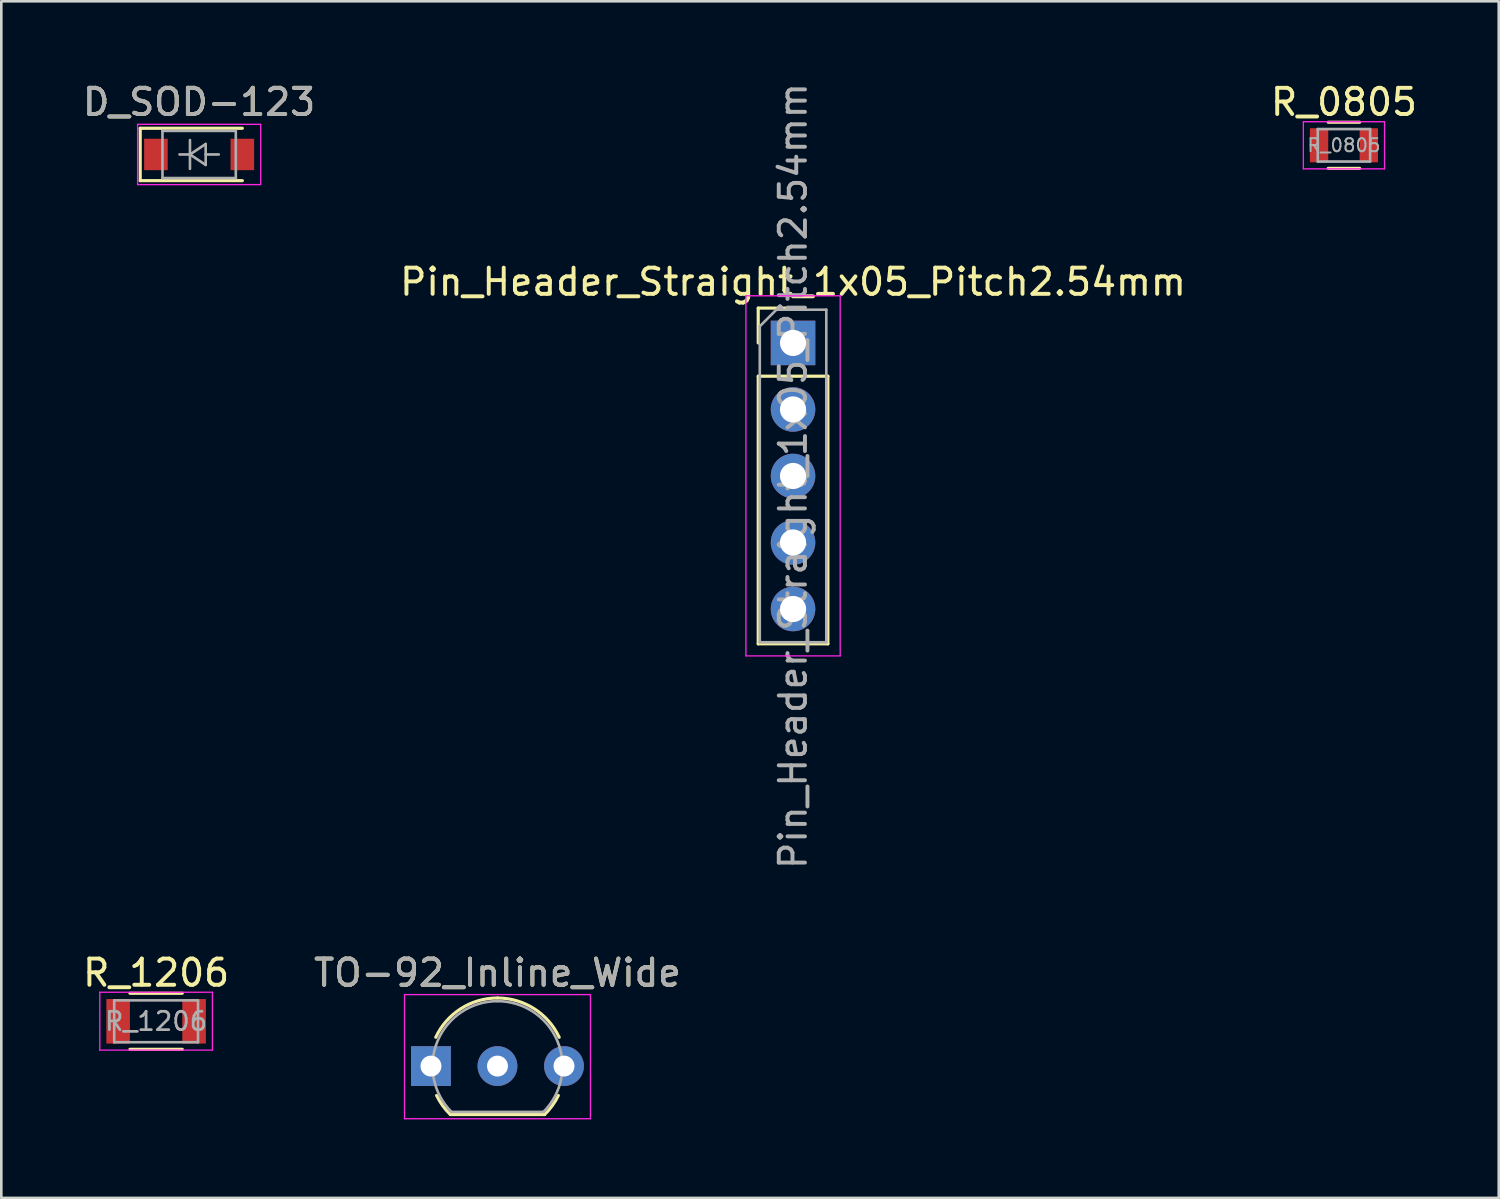
<source format=kicad_pcb>
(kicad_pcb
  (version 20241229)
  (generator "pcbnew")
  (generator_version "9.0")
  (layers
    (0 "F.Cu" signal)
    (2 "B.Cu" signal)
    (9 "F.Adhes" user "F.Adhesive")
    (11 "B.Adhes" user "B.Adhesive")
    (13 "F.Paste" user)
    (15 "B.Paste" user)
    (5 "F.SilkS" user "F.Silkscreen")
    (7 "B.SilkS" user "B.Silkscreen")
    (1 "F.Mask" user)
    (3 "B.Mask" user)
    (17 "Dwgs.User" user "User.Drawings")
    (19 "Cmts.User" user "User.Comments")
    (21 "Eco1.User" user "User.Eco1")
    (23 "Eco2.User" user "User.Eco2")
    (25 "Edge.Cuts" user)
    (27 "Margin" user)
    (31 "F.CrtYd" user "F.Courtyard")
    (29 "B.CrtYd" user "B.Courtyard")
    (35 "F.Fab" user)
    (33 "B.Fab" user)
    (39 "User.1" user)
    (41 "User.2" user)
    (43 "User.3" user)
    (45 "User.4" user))
  (footprint "D_SOD-123"
    (layer "F.Cu")
    (at 4.554 2.848)
    (property "Reference" "D_SOD-123" (at 0 -2 0) (layer "F.SilkS") (effects (font (size 1 1) (thickness 0.15))))
    (attr smd)
    (fp_line (start -2.25 -1) (end -2.25 1) (stroke (width 0.12) (type solid)) (layer "F.SilkS"))
    (fp_line (start -2.25 -1) (end 1.65 -1) (stroke (width 0.12) (type solid)) (layer "F.SilkS"))
    (fp_line (start -2.25 1) (end 1.65 1) (stroke (width 0.12) (type solid)) (layer "F.SilkS"))
    (fp_line (start -2.35 -1.15) (end -2.35 1.15) (stroke (width 0.05) (type solid)) (layer "F.CrtYd"))
    (fp_line (start -2.35 -1.15) (end 2.35 -1.15) (stroke (width 0.05) (type solid)) (layer "F.CrtYd"))
    (fp_line (start 2.35 -1.15) (end 2.35 1.15) (stroke (width 0.05) (type solid)) (layer "F.CrtYd"))
    (fp_line (start 2.35 1.15) (end -2.35 1.15) (stroke (width 0.05) (type solid)) (layer "F.CrtYd"))
    (fp_line (start -1.4 -0.9) (end 1.4 -0.9) (stroke (width 0.1) (type solid)) (layer "F.Fab"))
    (fp_line (start -1.4 0.9) (end -1.4 -0.9) (stroke (width 0.1) (type solid)) (layer "F.Fab"))
    (fp_line (start -0.75 0) (end -0.35 0) (stroke (width 0.1) (type solid)) (layer "F.Fab"))
    (fp_line (start -0.35 0) (end -0.35 -0.55) (stroke (width 0.1) (type solid)) (layer "F.Fab"))
    (fp_line (start -0.35 0) (end -0.35 0.55) (stroke (width 0.1) (type solid)) (layer "F.Fab"))
    (fp_line (start -0.35 0) (end 0.25 -0.4) (stroke (width 0.1) (type solid)) (layer "F.Fab"))
    (fp_line (start 0.25 -0.4) (end 0.25 0.4) (stroke (width 0.1) (type solid)) (layer "F.Fab"))
    (fp_line (start 0.25 0) (end 0.75 0) (stroke (width 0.1) (type solid)) (layer "F.Fab"))
    (fp_line (start 0.25 0.4) (end -0.35 0) (stroke (width 0.1) (type solid)) (layer "F.Fab"))
    (fp_line (start 1.4 -0.9) (end 1.4 0.9) (stroke (width 0.1) (type solid)) (layer "F.Fab"))
    (fp_line (start 1.4 0.9) (end -1.4 0.9) (stroke (width 0.1) (type solid)) (layer "F.Fab"))
    (fp_text user "${REFERENCE}" (at 0 -2 0) (layer "F.Fab") (effects (font (size 1 1) (thickness 0.15))))
    (pad "1" smd rect (at -1.65 0) (size 0.9 1.2) (layers "F.Cu" "F.Mask" "F.Paste"))
    (pad "2" smd rect (at 1.65 0) (size 0.9 1.2) (layers "F.Cu" "F.Mask" "F.Paste")))
  (footprint "Pin_Header_Straight_1x05_Pitch2.54mm"
    (layer "F.Cu")
    (at 27.232 10.045)
    (property "Reference" "Pin_Header_Straight_1x05_Pitch2.54mm" (at 0 -2.33 0) (layer "F.SilkS") (effects (font (size 1 1) (thickness 0.15))))
    (attr through_hole)
    (fp_line (start -1.33 -1.33) (end 0 -1.33) (stroke (width 0.12) (type solid)) (layer "F.SilkS"))
    (fp_line (start -1.33 0) (end -1.33 -1.33) (stroke (width 0.12) (type solid)) (layer "F.SilkS"))
    (fp_line (start -1.33 1.27) (end -1.33 11.49) (stroke (width 0.12) (type solid)) (layer "F.SilkS"))
    (fp_line (start -1.33 1.27) (end 1.33 1.27) (stroke (width 0.12) (type solid)) (layer "F.SilkS"))
    (fp_line (start -1.33 11.49) (end 1.33 11.49) (stroke (width 0.12) (type solid)) (layer "F.SilkS"))
    (fp_line (start 1.33 1.27) (end 1.33 11.49) (stroke (width 0.12) (type solid)) (layer "F.SilkS"))
    (fp_line (start -1.8 -1.8) (end -1.8 11.95) (stroke (width 0.05) (type solid)) (layer "F.CrtYd"))
    (fp_line (start -1.8 11.95) (end 1.8 11.95) (stroke (width 0.05) (type solid)) (layer "F.CrtYd"))
    (fp_line (start 1.8 -1.8) (end -1.8 -1.8) (stroke (width 0.05) (type solid)) (layer "F.CrtYd"))
    (fp_line (start 1.8 11.95) (end 1.8 -1.8) (stroke (width 0.05) (type solid)) (layer "F.CrtYd"))
    (fp_line (start -1.27 -0.635) (end -0.635 -1.27) (stroke (width 0.1) (type solid)) (layer "F.Fab"))
    (fp_line (start -1.27 11.43) (end -1.27 -0.635) (stroke (width 0.1) (type solid)) (layer "F.Fab"))
    (fp_line (start -0.635 -1.27) (end 1.27 -1.27) (stroke (width 0.1) (type solid)) (layer "F.Fab"))
    (fp_line (start 1.27 -1.27) (end 1.27 11.43) (stroke (width 0.1) (type solid)) (layer "F.Fab"))
    (fp_line (start 1.27 11.43) (end -1.27 11.43) (stroke (width 0.1) (type solid)) (layer "F.Fab"))
    (fp_text user "${REFERENCE}" (at 0 5.08 90) (layer "F.Fab") (effects (font (size 1 1) (thickness 0.15))))
    (pad "1" thru_hole rect (at 0 0) (size 1.7 1.7) (drill 1) (layers "*.Cu" "*.Mask"))
    (pad "2" thru_hole oval (at 0 2.54) (size 1.7 1.7) (drill 1) (layers "*.Cu" "*.Mask"))
    (pad "3" thru_hole oval (at 0 5.08) (size 1.7 1.7) (drill 1) (layers "*.Cu" "*.Mask"))
    (pad "4" thru_hole oval (at 0 7.62) (size 1.7 1.7) (drill 1) (layers "*.Cu" "*.Mask"))
    (pad "5" thru_hole oval (at 0 10.16) (size 1.7 1.7) (drill 1) (layers "*.Cu" "*.Mask")))
  (footprint "R_1206"
    (layer "F.Cu")
    (at 2.911 35.948)
    (property "Reference" "R_1206" (at 0 -1.85 0) (layer "F.SilkS") (effects (font (size 1 1) (thickness 0.15))))
    (attr smd)
    (fp_line (start -1 -1.07) (end 1 -1.07) (stroke (width 0.12) (type solid)) (layer "F.SilkS"))
    (fp_line (start 1 1.07) (end -1 1.07) (stroke (width 0.12) (type solid)) (layer "F.SilkS"))
    (fp_line (start -2.15 -1.11) (end -2.15 1.1) (stroke (width 0.05) (type solid)) (layer "F.CrtYd"))
    (fp_line (start -2.15 -1.11) (end 2.15 -1.11) (stroke (width 0.05) (type solid)) (layer "F.CrtYd"))
    (fp_line (start 2.15 1.1) (end -2.15 1.1) (stroke (width 0.05) (type solid)) (layer "F.CrtYd"))
    (fp_line (start 2.15 1.1) (end 2.15 -1.11) (stroke (width 0.05) (type solid)) (layer "F.CrtYd"))
    (fp_line (start -1.6 -0.8) (end 1.6 -0.8) (stroke (width 0.1) (type solid)) (layer "F.Fab"))
    (fp_line (start -1.6 0.8) (end -1.6 -0.8) (stroke (width 0.1) (type solid)) (layer "F.Fab"))
    (fp_line (start 1.6 -0.8) (end 1.6 0.8) (stroke (width 0.1) (type solid)) (layer "F.Fab"))
    (fp_line (start 1.6 0.8) (end -1.6 0.8) (stroke (width 0.1) (type solid)) (layer "F.Fab"))
    (fp_text user "${REFERENCE}" (at 0 0 0) (layer "F.Fab") (effects (font (size 0.7 0.7) (thickness 0.105))))
    (pad "1" smd rect (at -1.45 0) (size 0.9 1.7) (layers "F.Cu" "F.Mask" "F.Paste"))
    (pad "2" smd rect (at 1.45 0) (size 0.9 1.7) (layers "F.Cu" "F.Mask" "F.Paste")))
  (footprint "TO-92_Inline_Wide"
    (layer "F.Cu")
    (at 13.406 37.658)
    (property "Reference" "TO-92_Inline_Wide" (at 2.54 -3.56 0) (layer "F.SilkS") (effects (font (size 1 1) (thickness 0.15))))
    (attr through_hole)
    (fp_line (start 0.74 1.85) (end 4.34 1.85) (stroke (width 0.12) (type solid)) (layer "F.SilkS"))
    (fp_arc (start 0.1836 -1.098807) (mid 1.143021 -2.192817) (end 2.54 -2.6) (stroke (width 0.12) (type solid)) (layer "F.SilkS"))
    (fp_arc (start 0.74 1.85) (mid 0.446097 1.509328) (end 0.215816 1.122795) (stroke (width 0.12) (type solid)) (layer "F.SilkS"))
    (fp_arc (start 2.54 -2.6) (mid 3.936979 -2.192818) (end 4.8964 -1.098807) (stroke (width 0.12) (type solid)) (layer "F.SilkS"))
    (fp_arc (start 4.864184 1.122795) (mid 4.633903 1.509328) (end 4.34 1.85) (stroke (width 0.12) (type solid)) (layer "F.SilkS"))
    (fp_line (start -1.01 -2.73) (end -1.01 2.01) (stroke (width 0.05) (type solid)) (layer "F.CrtYd"))
    (fp_line (start -1.01 -2.73) (end 6.09 -2.73) (stroke (width 0.05) (type solid)) (layer "F.CrtYd"))
    (fp_line (start 6.09 2.01) (end -1.01 2.01) (stroke (width 0.05) (type solid)) (layer "F.CrtYd"))
    (fp_line (start 6.09 2.01) (end 6.09 -2.73) (stroke (width 0.05) (type solid)) (layer "F.CrtYd"))
    (fp_line (start 0.8 1.75) (end 4.3 1.75) (stroke (width 0.1) (type solid)) (layer "F.Fab"))
    (fp_arc (start 0.786375 1.753625) (mid 0.248779 -0.949055) (end 2.54 -2.48) (stroke (width 0.1) (type solid)) (layer "F.Fab"))
    (fp_arc (start 2.54 -2.48) (mid 4.831221 -0.949055) (end 4.293625 1.753625) (stroke (width 0.1) (type solid)) (layer "F.Fab"))
    (fp_text user "${REFERENCE}" (at 2.54 -3.56 0) (layer "F.Fab") (effects (font (size 1 1) (thickness 0.15))))
    (pad "1" thru_hole rect (at 0 0 90) (size 1.52 1.52) (drill 0.8) (layers "*.Cu" "*.Mask"))
    (pad "2" thru_hole circle (at 2.54 0 90) (size 1.52 1.52) (drill 0.8) (layers "*.Cu" "*.Mask"))
    (pad "3" thru_hole circle (at 5.08 0 90) (size 1.52 1.52) (drill 0.8) (layers "*.Cu" "*.Mask")))
  (footprint "R_0805"
    (layer "F.Cu")
    (at 48.268 2.498)
    (property "Reference" "R_0805" (at 0 -1.65 0) (layer "F.SilkS") (effects (font (size 1 1) (thickness 0.15))))
    (attr smd)
    (fp_line (start -0.6 -0.88) (end 0.6 -0.88) (stroke (width 0.12) (type solid)) (layer "F.SilkS"))
    (fp_line (start 0.6 0.88) (end -0.6 0.88) (stroke (width 0.12) (type solid)) (layer "F.SilkS"))
    (fp_line (start -1.55 -0.9) (end -1.55 0.9) (stroke (width 0.05) (type solid)) (layer "F.CrtYd"))
    (fp_line (start -1.55 -0.9) (end 1.55 -0.9) (stroke (width 0.05) (type solid)) (layer "F.CrtYd"))
    (fp_line (start 1.55 0.9) (end -1.55 0.9) (stroke (width 0.05) (type solid)) (layer "F.CrtYd"))
    (fp_line (start 1.55 0.9) (end 1.55 -0.9) (stroke (width 0.05) (type solid)) (layer "F.CrtYd"))
    (fp_line (start -1 -0.62) (end 1 -0.62) (stroke (width 0.1) (type solid)) (layer "F.Fab"))
    (fp_line (start -1 0.62) (end -1 -0.62) (stroke (width 0.1) (type solid)) (layer "F.Fab"))
    (fp_line (start 1 -0.62) (end 1 0.62) (stroke (width 0.1) (type solid)) (layer "F.Fab"))
    (fp_line (start 1 0.62) (end -1 0.62) (stroke (width 0.1) (type solid)) (layer "F.Fab"))
    (fp_text user "${REFERENCE}" (at 0 0 0) (layer "F.Fab") (effects (font (size 0.5 0.5) (thickness 0.075))))
    (pad "1" smd rect (at -0.95 0) (size 0.7 1.3) (layers "F.Cu" "F.Mask" "F.Paste"))
    (pad "2" smd rect (at 0.95 0) (size 0.7 1.3) (layers "F.Cu" "F.Mask" "F.Paste")))
  (gr_rect
    (start -3 -3)
    (end 54.179 42.693)
    (stroke (width 0.1) (type default))
    (fill no)
    (layer "Edge.Cuts")))
</source>
